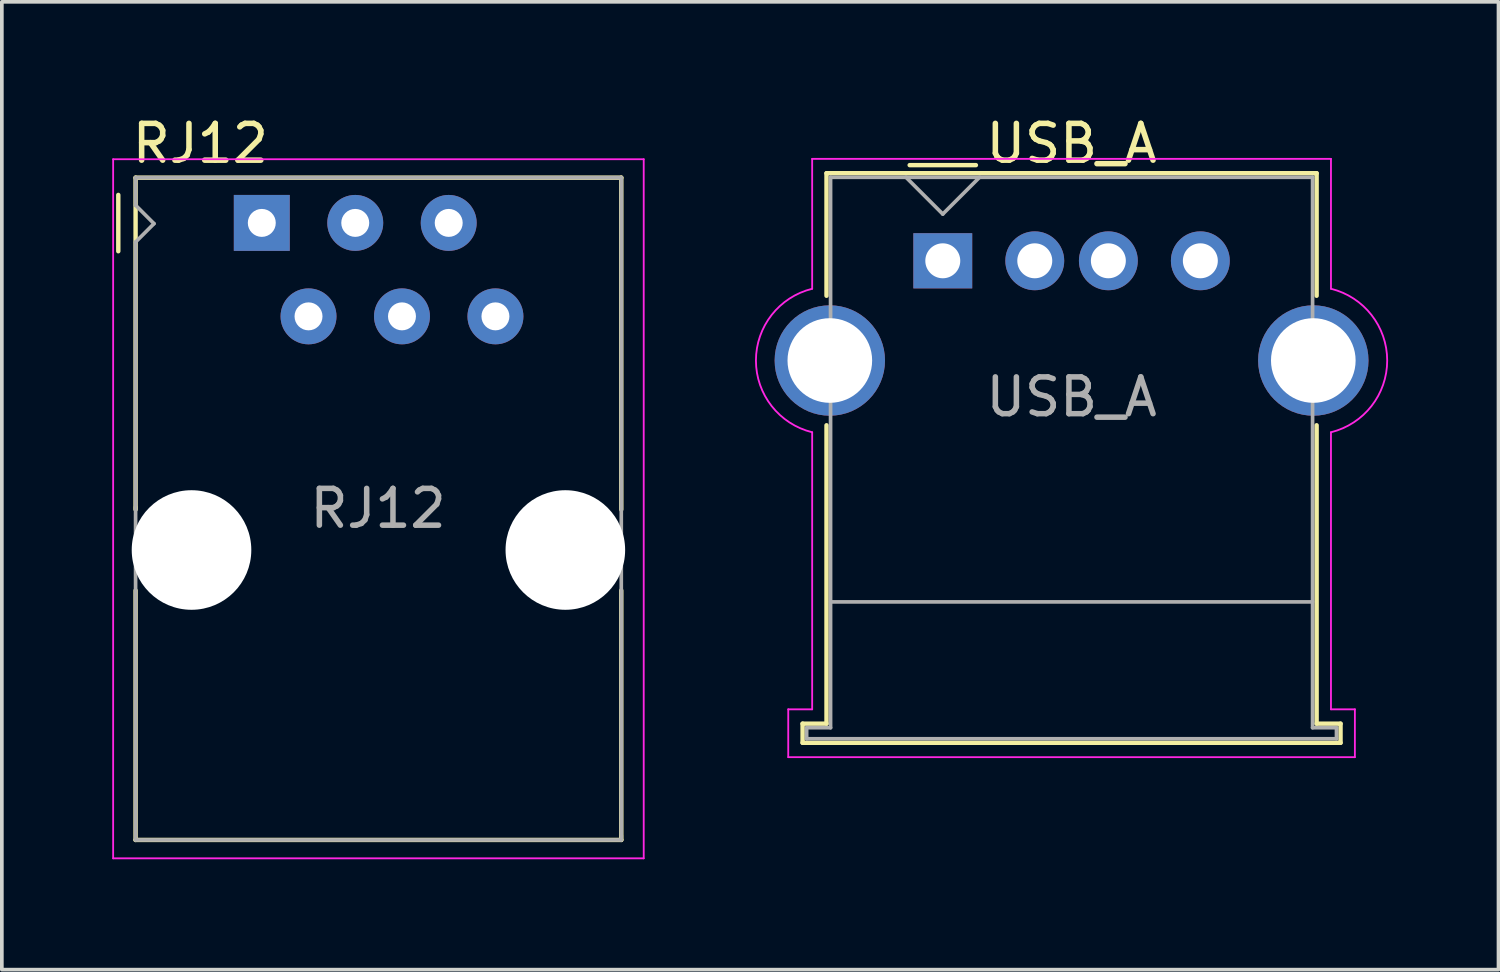
<source format=kicad_pcb>
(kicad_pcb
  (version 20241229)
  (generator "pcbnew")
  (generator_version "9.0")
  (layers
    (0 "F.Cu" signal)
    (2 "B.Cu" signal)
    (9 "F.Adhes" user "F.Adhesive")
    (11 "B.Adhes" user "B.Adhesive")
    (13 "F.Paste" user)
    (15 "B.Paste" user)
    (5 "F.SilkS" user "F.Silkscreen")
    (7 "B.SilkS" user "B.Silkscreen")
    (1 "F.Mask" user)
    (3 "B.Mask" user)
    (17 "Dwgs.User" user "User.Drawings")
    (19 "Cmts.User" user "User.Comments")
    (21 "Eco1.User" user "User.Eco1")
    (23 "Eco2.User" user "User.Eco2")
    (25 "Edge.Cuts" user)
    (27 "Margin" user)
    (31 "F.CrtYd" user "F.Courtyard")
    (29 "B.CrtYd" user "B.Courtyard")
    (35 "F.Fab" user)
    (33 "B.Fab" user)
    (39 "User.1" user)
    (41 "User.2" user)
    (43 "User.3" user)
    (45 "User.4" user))
  (footprint "RJ12"
    (layer "F.Cu")
    (at 4.065 3.008)
    (property "Reference" "RJ12" (at -1.67 -2.16 0) (layer "F.SilkS") (effects (font (size 1 1) (thickness 0.15))))
    (attr through_hole)
    (fp_line (start -3.9 0.77) (end -3.9 -0.76) (stroke (width 0.12) (type solid)) (layer "F.SilkS"))
    (fp_line (start -3.43 -1.23) (end 9.77 -1.23) (stroke (width 0.12) (type solid)) (layer "F.SilkS"))
    (fp_line (start -3.43 7.72) (end -3.43 7.79) (stroke (width 0.1) (type solid)) (layer "F.SilkS"))
    (fp_line (start -3.43 7.79) (end -3.43 -1.23) (stroke (width 0.12) (type solid)) (layer "F.SilkS"))
    (fp_line (start -3.43 16.77) (end -3.43 9.99) (stroke (width 0.12) (type solid)) (layer "F.SilkS"))
    (fp_line (start 9.77 -1.23) (end 9.77 7.79) (stroke (width 0.12) (type solid)) (layer "F.SilkS"))
    (fp_line (start 9.77 16.65) (end 9.77 16.77) (stroke (width 0.1) (type solid)) (layer "F.SilkS"))
    (fp_line (start 9.77 16.76) (end 9.77 16.77) (stroke (width 0.1) (type solid)) (layer "F.SilkS"))
    (fp_line (start 9.77 16.77) (end -3.43 16.77) (stroke (width 0.12) (type solid)) (layer "F.SilkS"))
    (fp_line (start 9.77 16.77) (end 9.77 9.99) (stroke (width 0.12) (type solid)) (layer "F.SilkS"))
    (fp_line (start -4.04 -1.73) (end 10.38 -1.73) (stroke (width 0.05) (type solid)) (layer "F.CrtYd"))
    (fp_line (start -4.04 17.27) (end -4.04 -1.73) (stroke (width 0.05) (type solid)) (layer "F.CrtYd"))
    (fp_line (start 10.38 -1.73) (end 10.38 17.27) (stroke (width 0.05) (type solid)) (layer "F.CrtYd"))
    (fp_line (start 10.38 17.27) (end -4.04 17.27) (stroke (width 0.05) (type solid)) (layer "F.CrtYd"))
    (fp_line (start -3.43 -1.23) (end 9.77 -1.23) (stroke (width 0.1) (type solid)) (layer "F.Fab"))
    (fp_line (start -3.43 -0.48) (end -3.43 -1.23) (stroke (width 0.1) (type solid)) (layer "F.Fab"))
    (fp_line (start -3.43 0.52) (end -2.93 0.02) (stroke (width 0.1) (type solid)) (layer "F.Fab"))
    (fp_line (start -3.43 16.77) (end -3.43 0.52) (stroke (width 0.1) (type solid)) (layer "F.Fab"))
    (fp_line (start -2.93 0.02) (end -3.43 -0.48) (stroke (width 0.1) (type solid)) (layer "F.Fab"))
    (fp_line (start 9.77 -1.23) (end 9.77 16.77) (stroke (width 0.1) (type solid)) (layer "F.Fab"))
    (fp_line (start 9.77 16.77) (end -3.43 16.77) (stroke (width 0.1) (type solid)) (layer "F.Fab"))
    (fp_text user "${REFERENCE}" (at 3.16 7.76 0) (layer "F.Fab") (effects (font (size 1 1) (thickness 0.15))))
    (pad "" np_thru_hole circle (at -1.91 8.89) (size 3.25 3.25) (drill 3.25) (layers "*.Cu" "*.Mask"))
    (pad "" np_thru_hole circle (at 8.25 8.89) (size 3.25 3.25) (drill 3.25) (layers "*.Cu" "*.Mask"))
    (pad "1" thru_hole rect (at 0 0) (size 1.52 1.52) (drill 0.76) (layers "*.Cu" "*.Mask"))
    (pad "2" thru_hole circle (at 1.27 2.54) (size 1.52 1.52) (drill 0.76) (layers "*.Cu" "*.Mask"))
    (pad "3" thru_hole circle (at 2.54 0) (size 1.52 1.52) (drill 0.76) (layers "*.Cu" "*.Mask"))
    (pad "4" thru_hole circle (at 3.81 2.54) (size 1.52 1.52) (drill 0.76) (layers "*.Cu" "*.Mask"))
    (pad "5" thru_hole circle (at 5.08 0) (size 1.52 1.52) (drill 0.76) (layers "*.Cu" "*.Mask"))
    (pad "6" thru_hole circle (at 6.35 2.54) (size 1.52 1.52) (drill 0.76) (layers "*.Cu" "*.Mask")))
  (footprint "USB_A"
    (layer "F.Cu")
    (at 22.573 4.038)
    (property "Reference" "USB_A" (at 3.5 -3.19 0) (layer "F.SilkS") (effects (font (size 1 1) (thickness 0.15))))
    (attr through_hole)
    (fp_line (start -3.81 12.58) (end -3.81 13.1) (stroke (width 0.12) (type solid)) (layer "F.SilkS"))
    (fp_line (start -3.81 13.1) (end 10.81 13.1) (stroke (width 0.12) (type solid)) (layer "F.SilkS"))
    (fp_line (start -3.16 -2.38) (end -3.16 0.95) (stroke (width 0.12) (type solid)) (layer "F.SilkS"))
    (fp_line (start -3.16 -2.38) (end 10.16 -2.38) (stroke (width 0.12) (type solid)) (layer "F.SilkS"))
    (fp_line (start -3.16 12.58) (end -3.81 12.58) (stroke (width 0.12) (type solid)) (layer "F.SilkS"))
    (fp_line (start -3.16 12.58) (end -3.16 4.47) (stroke (width 0.12) (type solid)) (layer "F.SilkS"))
    (fp_line (start -0.9 -2.6) (end 0.9 -2.6) (stroke (width 0.12) (type solid)) (layer "F.SilkS"))
    (fp_line (start 10.16 -2.38) (end 10.16 0.95) (stroke (width 0.12) (type solid)) (layer "F.SilkS"))
    (fp_line (start 10.16 4.47) (end 10.16 12.58) (stroke (width 0.12) (type solid)) (layer "F.SilkS"))
    (fp_line (start 10.81 12.58) (end 10.16 12.58) (stroke (width 0.12) (type solid)) (layer "F.SilkS"))
    (fp_line (start 10.81 13.1) (end 10.81 12.58) (stroke (width 0.12) (type solid)) (layer "F.SilkS"))
    (fp_line (start -4.2 12.19) (end -3.55 12.19) (stroke (width 0.05) (type solid)) (layer "F.CrtYd"))
    (fp_line (start -4.2 13.49) (end -4.2 12.19) (stroke (width 0.05) (type solid)) (layer "F.CrtYd"))
    (fp_line (start -4.2 13.49) (end 11.2 13.49) (stroke (width 0.05) (type solid)) (layer "F.CrtYd"))
    (fp_line (start -3.55 -2.77) (end -3.55 0.76) (stroke (width 0.05) (type solid)) (layer "F.CrtYd"))
    (fp_line (start -3.55 -2.77) (end 10.55 -2.77) (stroke (width 0.05) (type solid)) (layer "F.CrtYd"))
    (fp_line (start -3.55 12.19) (end -3.55 4.66) (stroke (width 0.05) (type solid)) (layer "F.CrtYd"))
    (fp_line (start 10.55 -2.77) (end 10.55 0.76) (stroke (width 0.05) (type solid)) (layer "F.CrtYd"))
    (fp_line (start 10.55 12.19) (end 10.55 4.66) (stroke (width 0.05) (type solid)) (layer "F.CrtYd"))
    (fp_line (start 11.2 12.19) (end 10.55 12.19) (stroke (width 0.05) (type solid)) (layer "F.CrtYd"))
    (fp_line (start 11.2 13.49) (end 11.2 12.19) (stroke (width 0.05) (type solid)) (layer "F.CrtYd"))
    (fp_arc (start -3.55 4.66) (mid -5.078208 2.71) (end -3.55 0.76) (stroke (width 0.05) (type solid)) (layer "F.CrtYd"))
    (fp_arc (start 10.55 0.76) (mid 12.078208 2.71) (end 10.55 4.66) (stroke (width 0.05) (type solid)) (layer "F.CrtYd"))
    (fp_line (start -3.7 12.69) (end -3.7 12.99) (stroke (width 0.1) (type solid)) (layer "F.Fab"))
    (fp_line (start -3.7 12.99) (end 10.7 12.99) (stroke (width 0.1) (type solid)) (layer "F.Fab"))
    (fp_line (start -3.05 -2.27) (end 10.05 -2.27) (stroke (width 0.1) (type solid)) (layer "F.Fab"))
    (fp_line (start -3.05 9.27) (end 10.05 9.27) (stroke (width 0.1) (type solid)) (layer "F.Fab"))
    (fp_line (start -3.05 12.69) (end -3.7 12.69) (stroke (width 0.1) (type solid)) (layer "F.Fab"))
    (fp_line (start -3.05 12.69) (end -3.05 -2.27) (stroke (width 0.1) (type solid)) (layer "F.Fab"))
    (fp_line (start -1 -2.27) (end 0 -1.27) (stroke (width 0.1) (type solid)) (layer "F.Fab"))
    (fp_line (start 0 -1.27) (end 1 -2.27) (stroke (width 0.1) (type solid)) (layer "F.Fab"))
    (fp_line (start 10.05 -2.27) (end 10.05 12.69) (stroke (width 0.1) (type solid)) (layer "F.Fab"))
    (fp_line (start 10.7 12.69) (end 10.05 12.69) (stroke (width 0.1) (type solid)) (layer "F.Fab"))
    (fp_line (start 10.7 12.99) (end 10.7 12.69) (stroke (width 0.1) (type solid)) (layer "F.Fab"))
    (fp_text user "${REFERENCE}" (at 3.5 3.7 0) (layer "F.Fab") (effects (font (size 1 1) (thickness 0.15))))
    (pad "1" thru_hole rect (at 0 0) (size 1.6 1.5) (drill 0.95) (layers "*.Cu" "*.Mask"))
    (pad "2" thru_hole circle (at 2.5 0) (size 1.6 1.6) (drill 0.95) (layers "*.Cu" "*.Mask"))
    (pad "3" thru_hole circle (at 4.5 0) (size 1.6 1.6) (drill 0.95) (layers "*.Cu" "*.Mask"))
    (pad "4" thru_hole circle (at 7 0) (size 1.6 1.6) (drill 0.95) (layers "*.Cu" "*.Mask"))
    (pad "5" thru_hole circle (at -3.07 2.71) (size 3 3) (drill 2.3) (layers "*.Cu" "*.Mask"))
    (pad "5" thru_hole circle (at 10.07 2.71) (size 3 3) (drill 2.3) (layers "*.Cu" "*.Mask")))
  (gr_rect
    (start -3 -3)
    (end 37.676 23.303)
    (stroke (width 0.1) (type default))
    (fill no)
    (layer "Edge.Cuts")))
</source>
